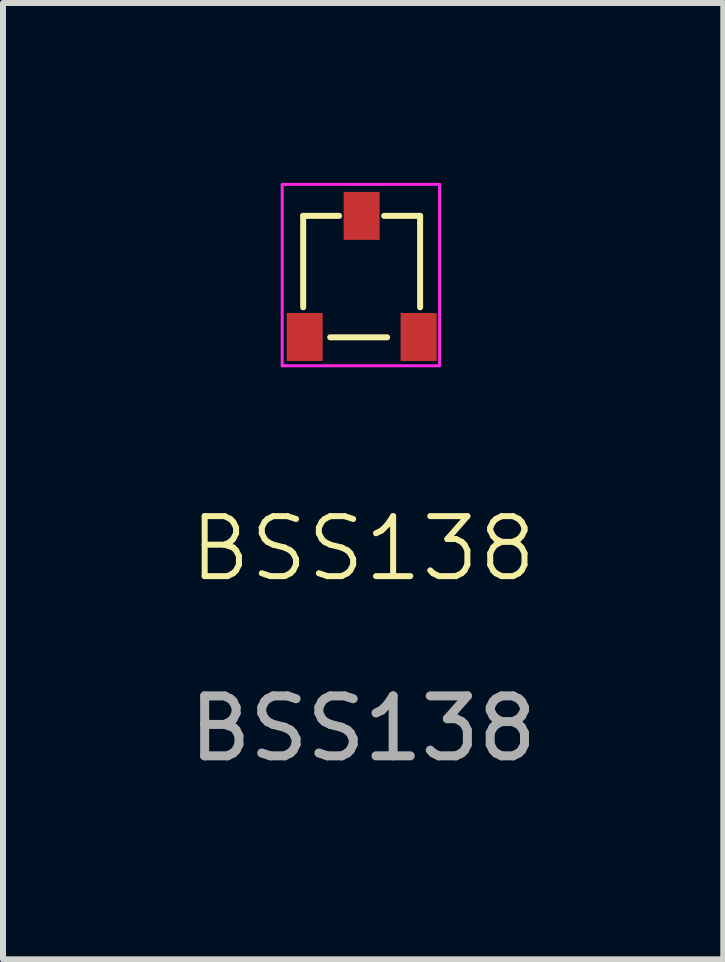
<source format=kicad_pcb>
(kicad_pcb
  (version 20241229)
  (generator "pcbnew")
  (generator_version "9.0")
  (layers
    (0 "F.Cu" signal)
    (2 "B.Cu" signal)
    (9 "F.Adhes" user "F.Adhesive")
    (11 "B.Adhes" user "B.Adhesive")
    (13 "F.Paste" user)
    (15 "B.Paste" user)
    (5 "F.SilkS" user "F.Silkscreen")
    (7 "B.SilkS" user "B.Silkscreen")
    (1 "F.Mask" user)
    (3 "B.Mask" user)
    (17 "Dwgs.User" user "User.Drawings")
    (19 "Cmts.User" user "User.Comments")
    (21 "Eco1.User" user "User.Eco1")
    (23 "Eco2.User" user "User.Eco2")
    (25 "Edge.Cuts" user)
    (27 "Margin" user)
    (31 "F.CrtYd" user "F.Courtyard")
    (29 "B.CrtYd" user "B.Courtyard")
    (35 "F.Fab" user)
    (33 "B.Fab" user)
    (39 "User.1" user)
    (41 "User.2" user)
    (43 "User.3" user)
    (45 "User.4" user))
  (footprint "BSS138"
    (layer "F.Cu")
    (at 2.981 0.55)
    (property "Reference" "BSS138" (at 0.025 5.55 0) (unlocked yes) (layer "F.SilkS") (effects (font (size 1 1) (thickness 0.1))))
    (attr smd)
    (fp_line (start -0.975 0) (end -0.975 1.525) (stroke (width 0.1) (type default)) (layer "F.SilkS"))
    (fp_line (start -0.525 2.025) (end 0.425 2.025) (stroke (width 0.1) (type default)) (layer "F.SilkS"))
    (fp_line (start -0.375 0) (end -0.975 0) (stroke (width 0.1) (type default)) (layer "F.SilkS"))
    (fp_line (start 0.375 0) (end 0.975 0) (stroke (width 0.1) (type default)) (layer "F.SilkS"))
    (fp_line (start 0.975 0) (end 0.975 1.525) (stroke (width 0.1) (type default)) (layer "F.SilkS"))
    (fp_line (start -1.325 -0.525) (end 1.3 -0.525) (stroke (width 0.05) (type default)) (layer "F.CrtYd"))
    (fp_line (start -1.325 2.5) (end -1.325 -0.525) (stroke (width 0.05) (type default)) (layer "F.CrtYd"))
    (fp_line (start 1.3 -0.525) (end 1.3 2.5) (stroke (width 0.05) (type default)) (layer "F.CrtYd"))
    (fp_line (start 1.3 2.5) (end -1.325 2.5) (stroke (width 0.05) (type default)) (layer "F.CrtYd"))
    (fp_text user "${REFERENCE}" (at 0.025 8.55 0) (unlocked yes) (layer "F.Fab") (effects (font (size 1 1) (thickness 0.15))))
    (pad "1" smd rect (at -0.95 2.02 90) (size 0.8 0.6) (layers "F.Cu" "F.Mask" "F.Paste"))
    (pad "2" smd rect (at 0 0 180) (size 0.6 0.8) (layers "F.Cu" "F.Mask" "F.Paste"))
    (pad "3" smd rect (at 0.95 2.02 90) (size 0.8 0.6) (layers "F.Cu" "F.Mask" "F.Paste")))
  (gr_rect
    (start -3 -3)
    (end 9.012 12.948)
    (stroke (width 0.1) (type default))
    (fill no)
    (layer "Edge.Cuts")))
</source>
